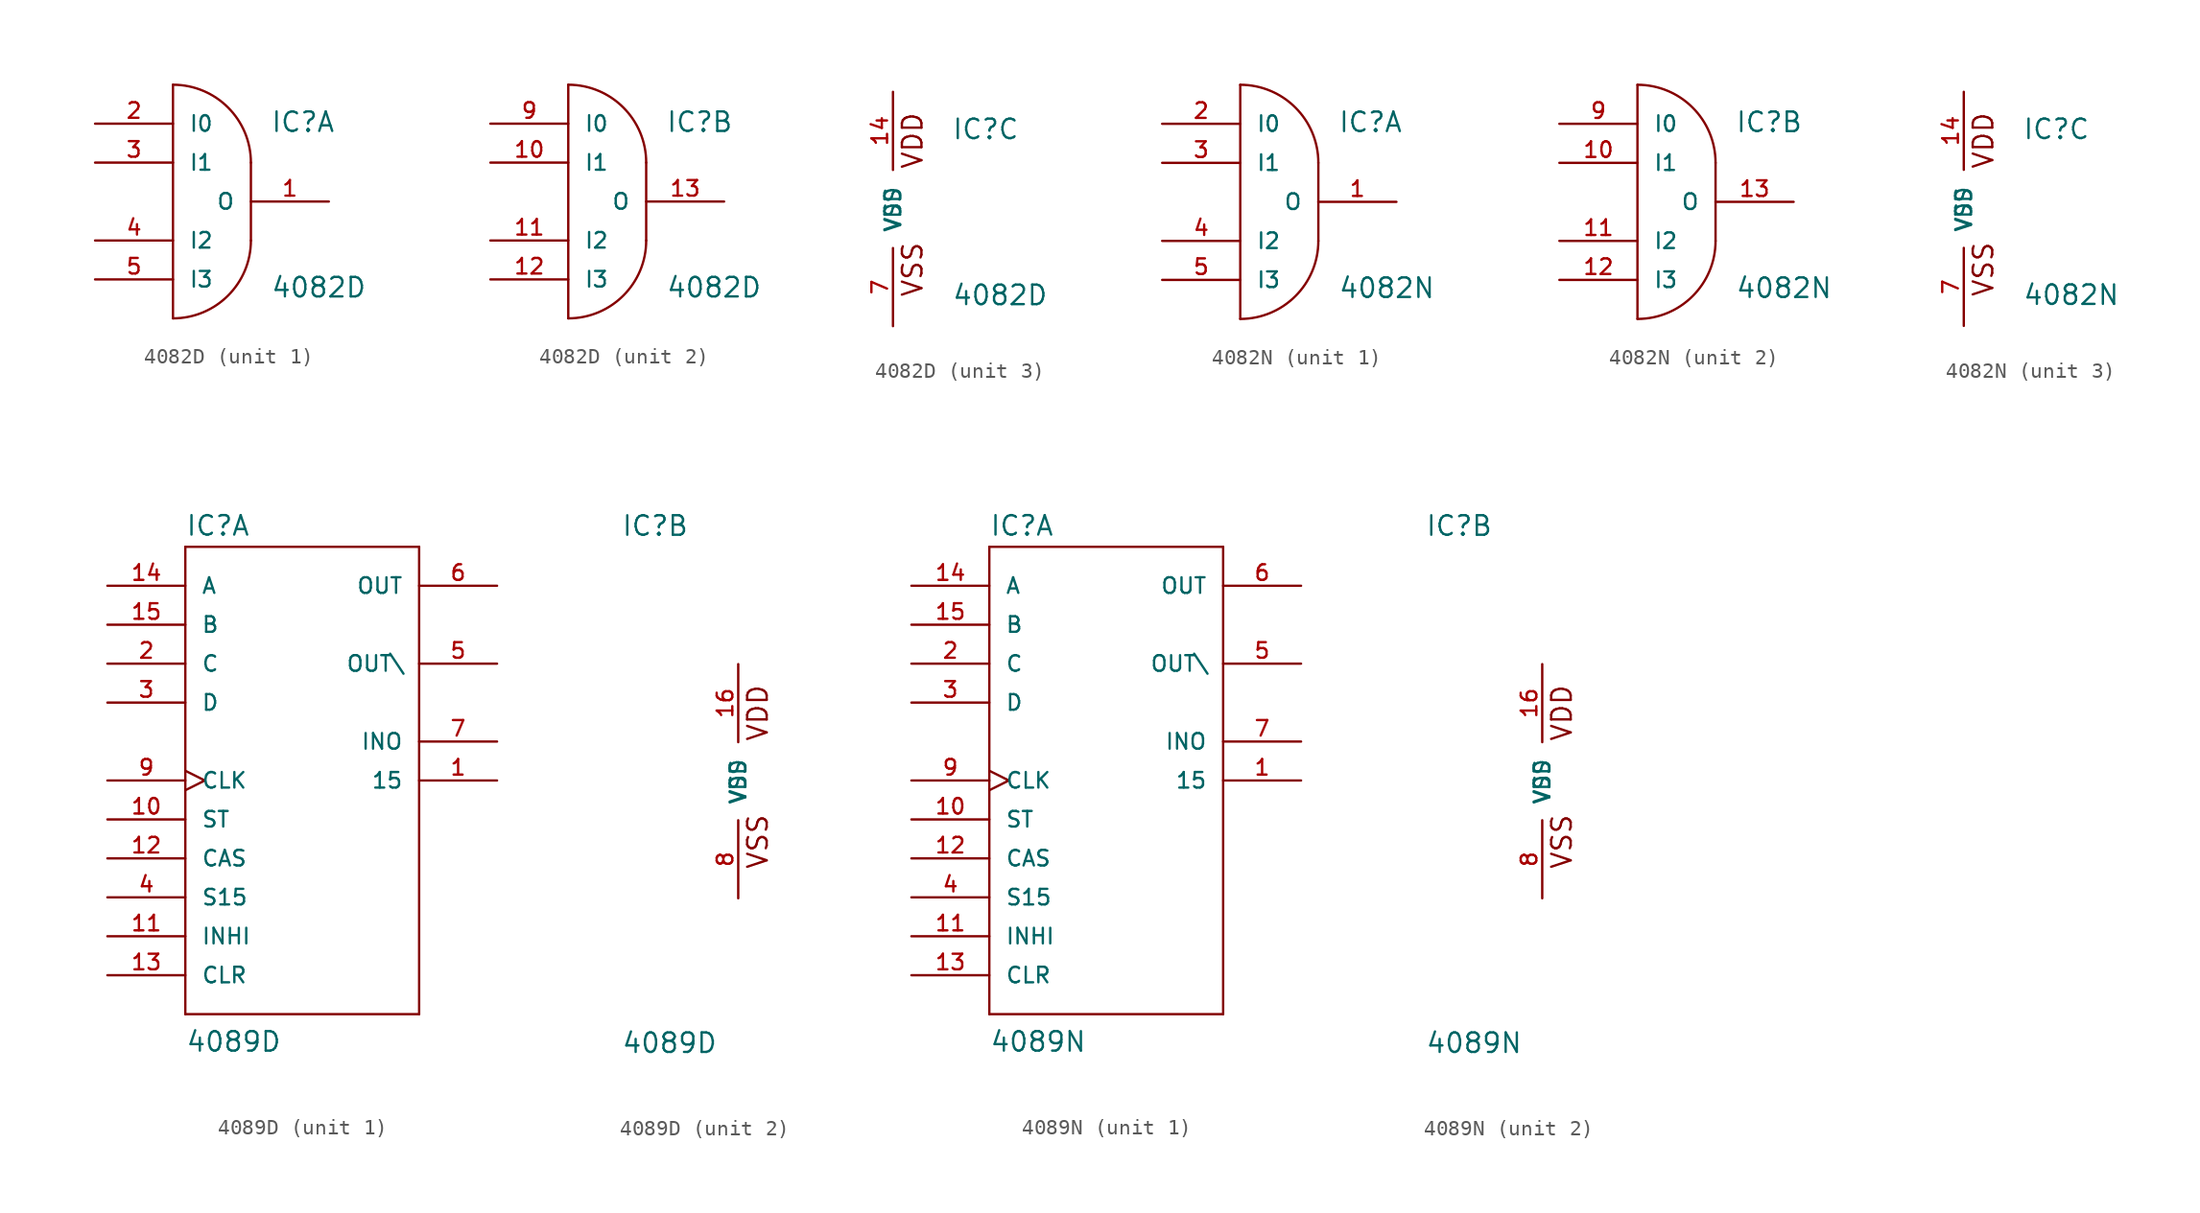
<source format=kicad_sym>
(kicad_symbol_lib
  (version 20211014)
  (generator kicad_symbol_editor)
  (symbol "4082D"
    (pin_names
      (offset 1.016))
    (property "Reference" "IC"
      (at 3.81 4.445 0)
      (effects (font (size 1.27 1.27)) (justify left bottom)))
    (property "Value" "4082D"
      (at 3.81 -6.35 0)
      (effects (font (size 1.27 1.27)) (justify left bottom)))
    (property "ki_locked" ""
      (at 0 0 0)
      (effects (font (size 1.27 1.27))))
    (symbol "4082D_1_0"
      (polyline (pts (xy -2.54 7.62) (xy -2.54 -7.62)) (stroke (width 0) (type default) (color 0 0 0 0)) (fill (type none)))
      (polyline (pts (xy 2.54 2.54) (xy 2.54 -2.54)) (stroke (width 0) (type default) (color 0 0 0 0)) (fill (type none))))
    (symbol "4082D_1_1"
      (arc (start -2.54 -7.62) (mid 1.0521 -6.1321) (end 2.54 -2.54) (stroke (width 0) (type default) (color 0 0 0 0)) (fill (type none)))
      (arc (start 2.54 2.54) (mid 1.0521 6.1321) (end -2.54 7.62) (stroke (width 0) (type default) (color 0 0 0 0)) (fill (type none)))
      (pin output line (at 7.62 0 180) (length 5.08) (name "O" (effects (font (size 1.016 1.016)))) (number "1" (effects (font (size 1.016 1.016)))))
      (pin input line (at -7.62 5.08 0) (length 5.08) (name "I0" (effects (font (size 1.016 1.016)))) (number "2" (effects (font (size 1.016 1.016)))))
      (pin input line (at -7.62 2.54 0) (length 5.08) (name "I1" (effects (font (size 1.016 1.016)))) (number "3" (effects (font (size 1.016 1.016)))))
      (pin input line (at -7.62 -2.54 0) (length 5.08) (name "I2" (effects (font (size 1.016 1.016)))) (number "4" (effects (font (size 1.016 1.016)))))
      (pin input line (at -7.62 -5.08 0) (length 5.08) (name "I3" (effects (font (size 1.016 1.016)))) (number "5" (effects (font (size 1.016 1.016))))))
    (symbol "4082D_2_0"
      (polyline (pts (xy -2.54 7.62) (xy -2.54 -7.62)) (stroke (width 0) (type default) (color 0 0 0 0)) (fill (type none)))
      (polyline (pts (xy 2.54 2.54) (xy 2.54 -2.54)) (stroke (width 0) (type default) (color 0 0 0 0)) (fill (type none))))
    (symbol "4082D_2_1"
      (arc (start -2.54 -7.62) (mid 1.0521 -6.1321) (end 2.54 -2.54) (stroke (width 0) (type default) (color 0 0 0 0)) (fill (type none)))
      (arc (start 2.54 2.54) (mid 1.0521 6.1321) (end -2.54 7.62) (stroke (width 0) (type default) (color 0 0 0 0)) (fill (type none)))
      (pin input line (at -7.62 2.54 0) (length 5.08) (name "I1" (effects (font (size 1.016 1.016)))) (number "10" (effects (font (size 1.016 1.016)))))
      (pin input line (at -7.62 -2.54 0) (length 5.08) (name "I2" (effects (font (size 1.016 1.016)))) (number "11" (effects (font (size 1.016 1.016)))))
      (pin input line (at -7.62 -5.08 0) (length 5.08) (name "I3" (effects (font (size 1.016 1.016)))) (number "12" (effects (font (size 1.016 1.016)))))
      (pin output line (at 7.62 0 180) (length 5.08) (name "O" (effects (font (size 1.016 1.016)))) (number "13" (effects (font (size 1.016 1.016)))))
      (pin input line (at -7.62 5.08 0) (length 5.08) (name "I0" (effects (font (size 1.016 1.016)))) (number "9" (effects (font (size 1.016 1.016))))))
    (symbol "4082D_3_0"
      (text "VDD" (at 1.27 4.445 1) (effects (font (size 1.27 1.27))))
      (text "VSS" (at 1.27 -3.937 1) (effects (font (size 1.27 1.27)))))
    (symbol "4082D_3_1"
      (pin power_in line (at 0 7.62 270) (length 5.08) (name "VDD" (effects (font (size 1.016 1.016)))) (number "14" (effects (font (size 1.016 1.016)))))
      (pin power_in line (at 0 -7.62 90) (length 5.08) (name "VSS" (effects (font (size 1.016 1.016)))) (number "7" (effects (font (size 1.016 1.016)))))))
  (symbol "4082N"
    (pin_names
      (offset 1.016))
    (property "Reference" "IC"
      (at 3.81 4.445 0)
      (effects (font (size 1.27 1.27)) (justify left bottom)))
    (property "Value" "4082N"
      (at 3.81 -6.35 0)
      (effects (font (size 1.27 1.27)) (justify left bottom)))
    (property "ki_locked" ""
      (at 0 0 0)
      (effects (font (size 1.27 1.27))))
    (symbol "4082N_1_0"
      (polyline (pts (xy -2.54 7.62) (xy -2.54 -7.62)) (stroke (width 0) (type default) (color 0 0 0 0)) (fill (type none)))
      (polyline (pts (xy 2.54 2.54) (xy 2.54 -2.54)) (stroke (width 0) (type default) (color 0 0 0 0)) (fill (type none))))
    (symbol "4082N_1_1"
      (arc (start -2.54 -7.62) (mid 1.0521 -6.1321) (end 2.54 -2.54) (stroke (width 0) (type default) (color 0 0 0 0)) (fill (type none)))
      (arc (start 2.54 2.54) (mid 1.0521 6.1321) (end -2.54 7.62) (stroke (width 0) (type default) (color 0 0 0 0)) (fill (type none)))
      (pin output line (at 7.62 0 180) (length 5.08) (name "O" (effects (font (size 1.016 1.016)))) (number "1" (effects (font (size 1.016 1.016)))))
      (pin input line (at -7.62 5.08 0) (length 5.08) (name "I0" (effects (font (size 1.016 1.016)))) (number "2" (effects (font (size 1.016 1.016)))))
      (pin input line (at -7.62 2.54 0) (length 5.08) (name "I1" (effects (font (size 1.016 1.016)))) (number "3" (effects (font (size 1.016 1.016)))))
      (pin input line (at -7.62 -2.54 0) (length 5.08) (name "I2" (effects (font (size 1.016 1.016)))) (number "4" (effects (font (size 1.016 1.016)))))
      (pin input line (at -7.62 -5.08 0) (length 5.08) (name "I3" (effects (font (size 1.016 1.016)))) (number "5" (effects (font (size 1.016 1.016))))))
    (symbol "4082N_2_0"
      (polyline (pts (xy -2.54 7.62) (xy -2.54 -7.62)) (stroke (width 0) (type default) (color 0 0 0 0)) (fill (type none)))
      (polyline (pts (xy 2.54 2.54) (xy 2.54 -2.54)) (stroke (width 0) (type default) (color 0 0 0 0)) (fill (type none))))
    (symbol "4082N_2_1"
      (arc (start -2.54 -7.62) (mid 1.0521 -6.1321) (end 2.54 -2.54) (stroke (width 0) (type default) (color 0 0 0 0)) (fill (type none)))
      (arc (start 2.54 2.54) (mid 1.0521 6.1321) (end -2.54 7.62) (stroke (width 0) (type default) (color 0 0 0 0)) (fill (type none)))
      (pin input line (at -7.62 2.54 0) (length 5.08) (name "I1" (effects (font (size 1.016 1.016)))) (number "10" (effects (font (size 1.016 1.016)))))
      (pin input line (at -7.62 -2.54 0) (length 5.08) (name "I2" (effects (font (size 1.016 1.016)))) (number "11" (effects (font (size 1.016 1.016)))))
      (pin input line (at -7.62 -5.08 0) (length 5.08) (name "I3" (effects (font (size 1.016 1.016)))) (number "12" (effects (font (size 1.016 1.016)))))
      (pin output line (at 7.62 0 180) (length 5.08) (name "O" (effects (font (size 1.016 1.016)))) (number "13" (effects (font (size 1.016 1.016)))))
      (pin input line (at -7.62 5.08 0) (length 5.08) (name "I0" (effects (font (size 1.016 1.016)))) (number "9" (effects (font (size 1.016 1.016))))))
    (symbol "4082N_3_0"
      (text "VDD" (at 1.27 4.445 1) (effects (font (size 1.27 1.27))))
      (text "VSS" (at 1.27 -3.937 1) (effects (font (size 1.27 1.27)))))
    (symbol "4082N_3_1"
      (pin power_in line (at 0 7.62 270) (length 5.08) (name "VDD" (effects (font (size 1.016 1.016)))) (number "14" (effects (font (size 1.016 1.016)))))
      (pin power_in line (at 0 -7.62 90) (length 5.08) (name "VSS" (effects (font (size 1.016 1.016)))) (number "7" (effects (font (size 1.016 1.016)))))))
  (symbol "4089D"
    (pin_names
      (offset 1.016))
    (property "Reference" "IC"
      (at -7.62 15.875 0)
      (effects (font (size 1.27 1.27)) (justify left bottom)))
    (property "Value" "4089D"
      (at -7.62 -17.78 0)
      (effects (font (size 1.27 1.27)) (justify left bottom)))
    (property "ki_locked" ""
      (at 0 0 0)
      (effects (font (size 1.27 1.27))))
    (symbol "4089D_1_0"
      (polyline (pts (xy -7.62 -15.24) (xy 7.62 -15.24)) (stroke (width 0) (type default) (color 0 0 0 0)) (fill (type none)))
      (polyline (pts (xy -7.62 15.24) (xy -7.62 -15.24)) (stroke (width 0) (type default) (color 0 0 0 0)) (fill (type none)))
      (polyline (pts (xy 7.62 -15.24) (xy 7.62 15.24)) (stroke (width 0) (type default) (color 0 0 0 0)) (fill (type none)))
      (polyline (pts (xy 7.62 15.24) (xy -7.62 15.24)) (stroke (width 0) (type default) (color 0 0 0 0)) (fill (type none))))
    (symbol "4089D_1_1"
      (pin output line (at 12.7 0 180) (length 5.08) (name "15" (effects (font (size 1.016 1.016)))) (number "1" (effects (font (size 1.016 1.016)))))
      (pin input line (at -12.7 -2.54 0) (length 5.08) (name "ST" (effects (font (size 1.016 1.016)))) (number "10" (effects (font (size 1.016 1.016)))))
      (pin input line (at -12.7 -10.16 0) (length 5.08) (name "INHI" (effects (font (size 1.016 1.016)))) (number "11" (effects (font (size 1.016 1.016)))))
      (pin input line (at -12.7 -5.08 0) (length 5.08) (name "CAS" (effects (font (size 1.016 1.016)))) (number "12" (effects (font (size 1.016 1.016)))))
      (pin input line (at -12.7 -12.7 0) (length 5.08) (name "CLR" (effects (font (size 1.016 1.016)))) (number "13" (effects (font (size 1.016 1.016)))))
      (pin input line (at -12.7 12.7 0) (length 5.08) (name "A" (effects (font (size 1.016 1.016)))) (number "14" (effects (font (size 1.016 1.016)))))
      (pin input line (at -12.7 10.16 0) (length 5.08) (name "B" (effects (font (size 1.016 1.016)))) (number "15" (effects (font (size 1.016 1.016)))))
      (pin input line (at -12.7 7.62 0) (length 5.08) (name "C" (effects (font (size 1.016 1.016)))) (number "2" (effects (font (size 1.016 1.016)))))
      (pin input line (at -12.7 5.08 0) (length 5.08) (name "D" (effects (font (size 1.016 1.016)))) (number "3" (effects (font (size 1.016 1.016)))))
      (pin input line (at -12.7 -7.62 0) (length 5.08) (name "S15" (effects (font (size 1.016 1.016)))) (number "4" (effects (font (size 1.016 1.016)))))
      (pin output line (at 12.7 7.62 180) (length 5.08) (name "OUT\\" (effects (font (size 1.016 1.016)))) (number "5" (effects (font (size 1.016 1.016)))))
      (pin output line (at 12.7 12.7 180) (length 5.08) (name "OUT" (effects (font (size 1.016 1.016)))) (number "6" (effects (font (size 1.016 1.016)))))
      (pin output line (at 12.7 2.54 180) (length 5.08) (name "INO" (effects (font (size 1.016 1.016)))) (number "7" (effects (font (size 1.016 1.016)))))
      (pin input clock (at -12.7 0 0) (length 5.08) (name "CLK" (effects (font (size 1.016 1.016)))) (number "9" (effects (font (size 1.016 1.016))))))
    (symbol "4089D_2_0"
      (text "VDD" (at 1.27 4.445 1) (effects (font (size 1.27 1.27))))
      (text "VSS" (at 1.27 -3.937 1) (effects (font (size 1.27 1.27)))))
    (symbol "4089D_2_1"
      (pin power_in line (at 0 7.62 270) (length 5.08) (name "VDD" (effects (font (size 1.016 1.016)))) (number "16" (effects (font (size 1.016 1.016)))))
      (pin power_in line (at 0 -7.62 90) (length 5.08) (name "VSS" (effects (font (size 1.016 1.016)))) (number "8" (effects (font (size 1.016 1.016)))))))
  (symbol "4089N"
    (pin_names
      (offset 1.016))
    (property "Reference" "IC"
      (at -7.62 15.875 0)
      (effects (font (size 1.27 1.27)) (justify left bottom)))
    (property "Value" "4089N"
      (at -7.62 -17.78 0)
      (effects (font (size 1.27 1.27)) (justify left bottom)))
    (property "ki_locked" ""
      (at 0 0 0)
      (effects (font (size 1.27 1.27))))
    (symbol "4089N_1_0"
      (polyline (pts (xy -7.62 -15.24) (xy 7.62 -15.24)) (stroke (width 0) (type default) (color 0 0 0 0)) (fill (type none)))
      (polyline (pts (xy -7.62 15.24) (xy -7.62 -15.24)) (stroke (width 0) (type default) (color 0 0 0 0)) (fill (type none)))
      (polyline (pts (xy 7.62 -15.24) (xy 7.62 15.24)) (stroke (width 0) (type default) (color 0 0 0 0)) (fill (type none)))
      (polyline (pts (xy 7.62 15.24) (xy -7.62 15.24)) (stroke (width 0) (type default) (color 0 0 0 0)) (fill (type none))))
    (symbol "4089N_1_1"
      (pin output line (at 12.7 0 180) (length 5.08) (name "15" (effects (font (size 1.016 1.016)))) (number "1" (effects (font (size 1.016 1.016)))))
      (pin input line (at -12.7 -2.54 0) (length 5.08) (name "ST" (effects (font (size 1.016 1.016)))) (number "10" (effects (font (size 1.016 1.016)))))
      (pin input line (at -12.7 -10.16 0) (length 5.08) (name "INHI" (effects (font (size 1.016 1.016)))) (number "11" (effects (font (size 1.016 1.016)))))
      (pin input line (at -12.7 -5.08 0) (length 5.08) (name "CAS" (effects (font (size 1.016 1.016)))) (number "12" (effects (font (size 1.016 1.016)))))
      (pin input line (at -12.7 -12.7 0) (length 5.08) (name "CLR" (effects (font (size 1.016 1.016)))) (number "13" (effects (font (size 1.016 1.016)))))
      (pin input line (at -12.7 12.7 0) (length 5.08) (name "A" (effects (font (size 1.016 1.016)))) (number "14" (effects (font (size 1.016 1.016)))))
      (pin input line (at -12.7 10.16 0) (length 5.08) (name "B" (effects (font (size 1.016 1.016)))) (number "15" (effects (font (size 1.016 1.016)))))
      (pin input line (at -12.7 7.62 0) (length 5.08) (name "C" (effects (font (size 1.016 1.016)))) (number "2" (effects (font (size 1.016 1.016)))))
      (pin input line (at -12.7 5.08 0) (length 5.08) (name "D" (effects (font (size 1.016 1.016)))) (number "3" (effects (font (size 1.016 1.016)))))
      (pin input line (at -12.7 -7.62 0) (length 5.08) (name "S15" (effects (font (size 1.016 1.016)))) (number "4" (effects (font (size 1.016 1.016)))))
      (pin output line (at 12.7 7.62 180) (length 5.08) (name "OUT\\" (effects (font (size 1.016 1.016)))) (number "5" (effects (font (size 1.016 1.016)))))
      (pin output line (at 12.7 12.7 180) (length 5.08) (name "OUT" (effects (font (size 1.016 1.016)))) (number "6" (effects (font (size 1.016 1.016)))))
      (pin output line (at 12.7 2.54 180) (length 5.08) (name "INO" (effects (font (size 1.016 1.016)))) (number "7" (effects (font (size 1.016 1.016)))))
      (pin input clock (at -12.7 0 0) (length 5.08) (name "CLK" (effects (font (size 1.016 1.016)))) (number "9" (effects (font (size 1.016 1.016))))))
    (symbol "4089N_2_0"
      (text "VDD" (at 1.27 4.445 1) (effects (font (size 1.27 1.27))))
      (text "VSS" (at 1.27 -3.937 1) (effects (font (size 1.27 1.27)))))
    (symbol "4089N_2_1"
      (pin power_in line (at 0 7.62 270) (length 5.08) (name "VDD" (effects (font (size 1.016 1.016)))) (number "16" (effects (font (size 1.016 1.016)))))
      (pin power_in line (at 0 -7.62 90) (length 5.08) (name "VSS" (effects (font (size 1.016 1.016)))) (number "8" (effects (font (size 1.016 1.016))))))))
</source>
